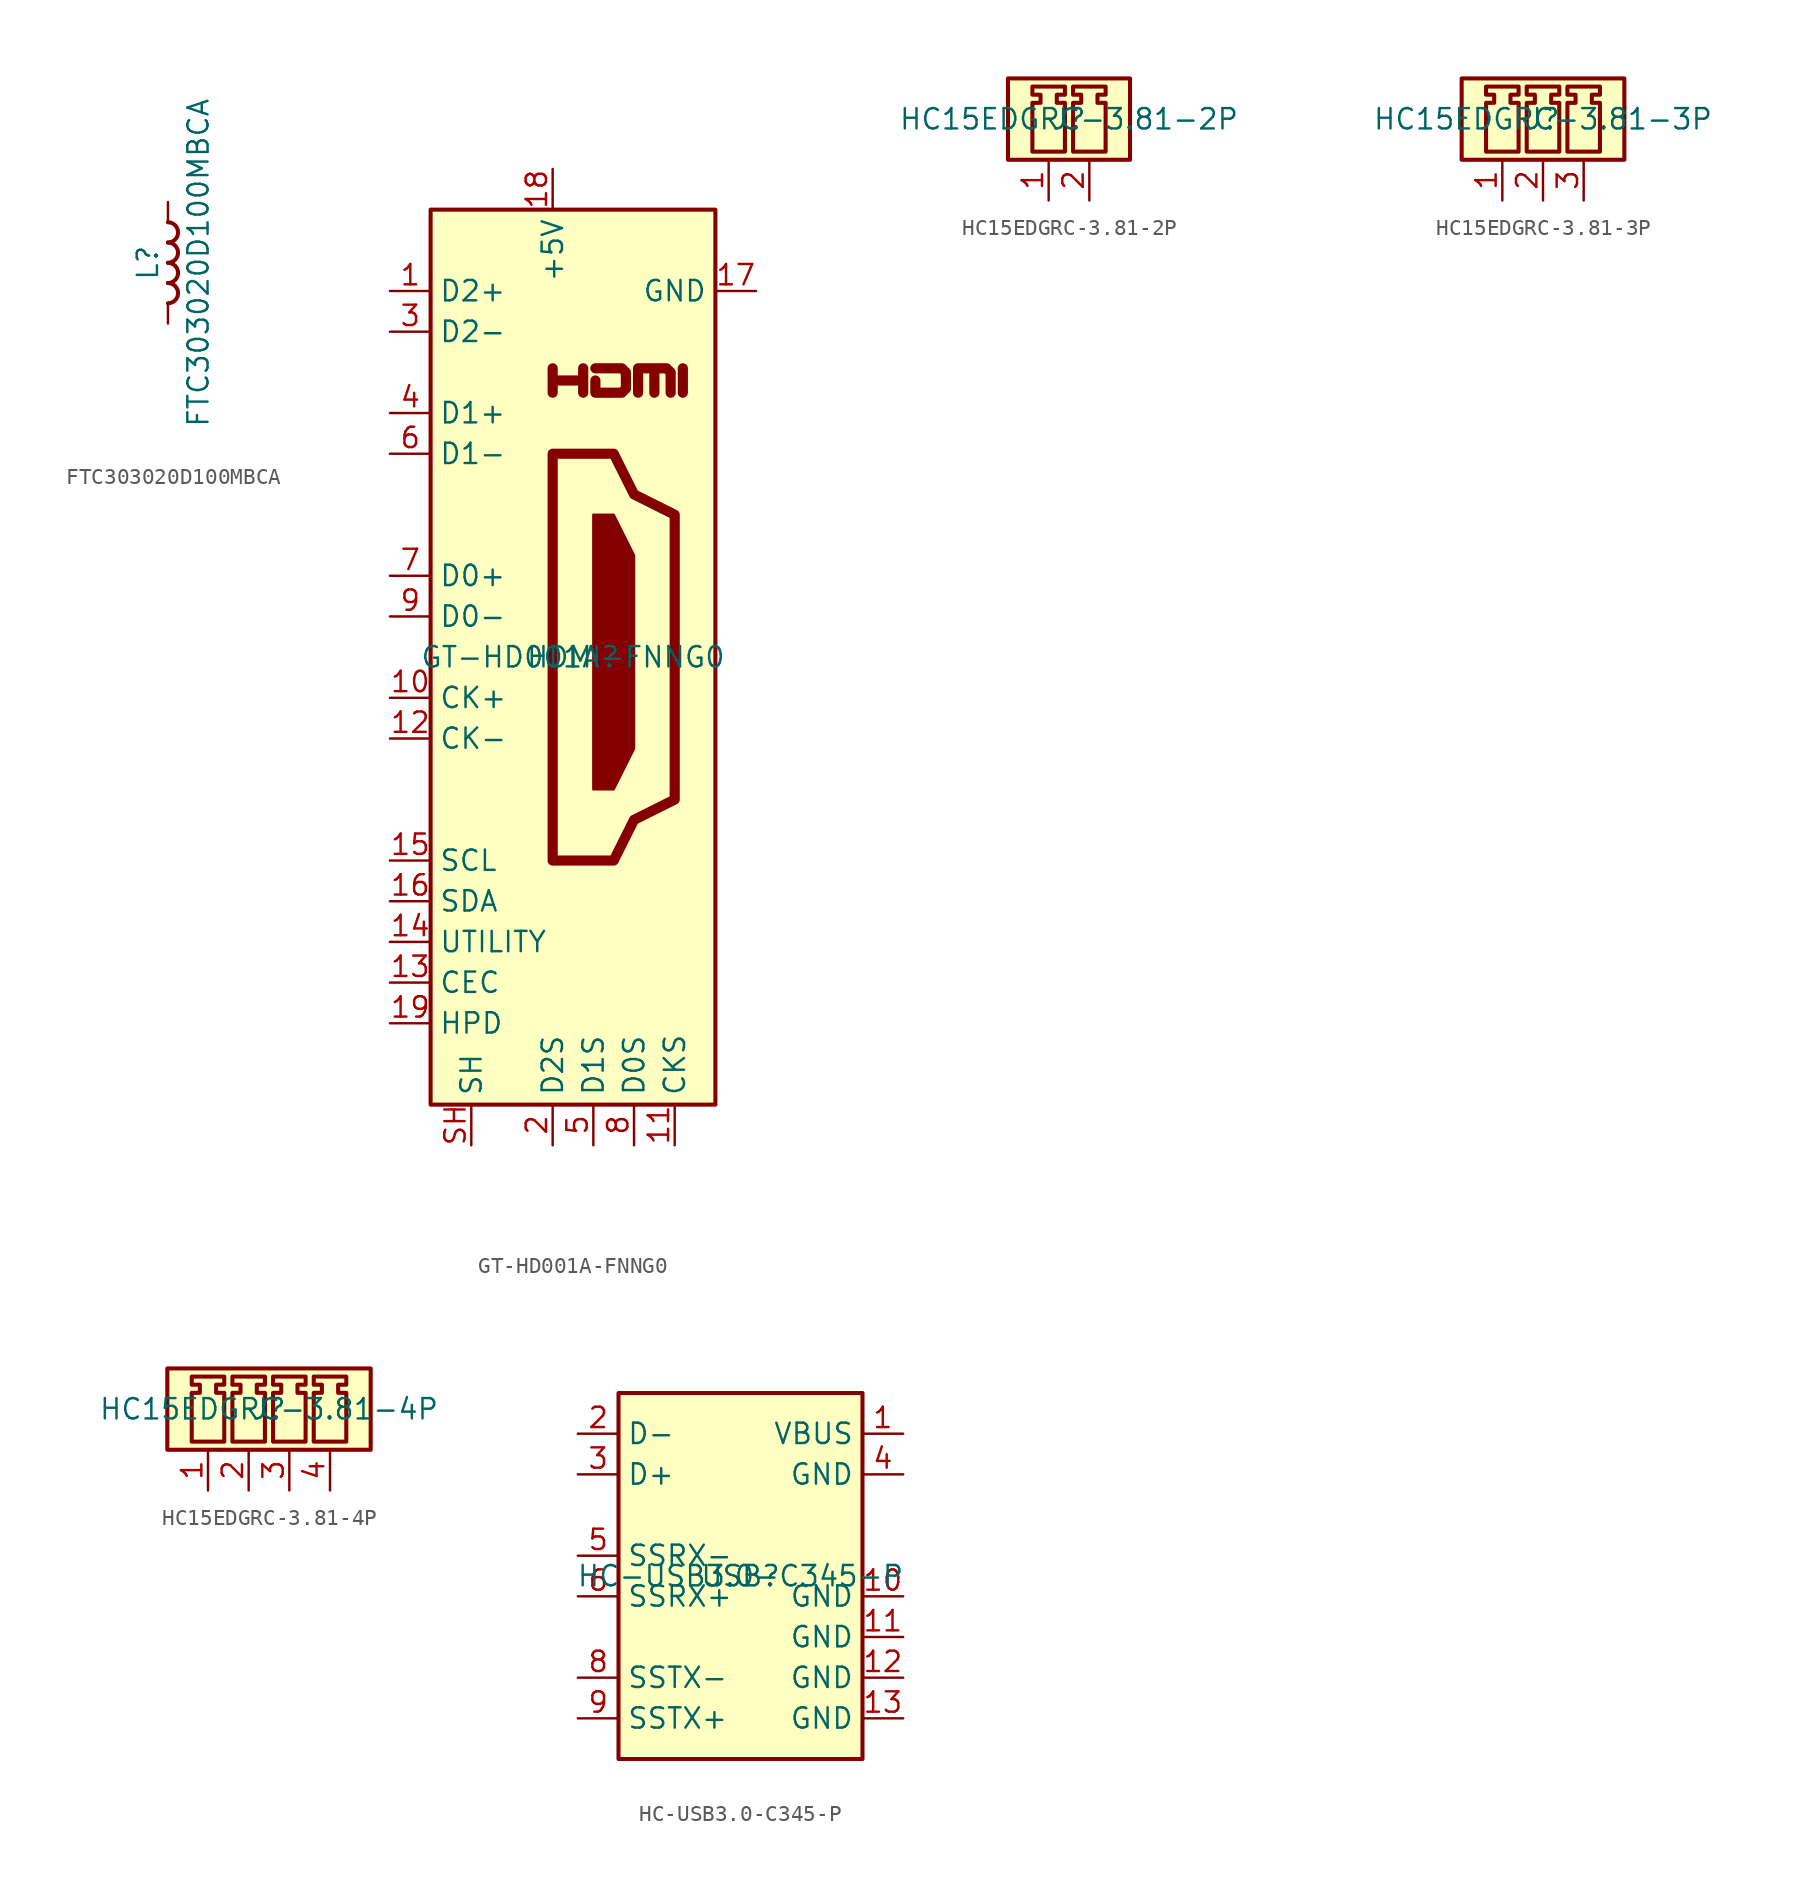
<source format=kicad_sym>
(kicad_symbol_lib
  (version 20241209)
  (generator "kicad_symbol_editor")
  (generator_version "9.0")
  (symbol "FTC303020D100MBCA"
    (pin_numbers
      (hide yes))
    (pin_names
      (offset 1.016)
      (hide yes))
    (property "Reference" "L"
      (at -1.27 0 90)
      (effects (font (size 1.27 1.27))))
    (property "Value" "FTC303020D100MBCA"
      (at 1.905 0 90)
      (effects (font (size 1.27 1.27))))
    (symbol "FTC303020D100MBCA_0_1"
      (arc (start 0 2.54) (mid 0.6323 1.905) (end 0 1.27) (stroke (width 0.254) (type default)) (fill (type none)))
      (arc (start 0 1.27) (mid 0.6323 0.635) (end 0 0) (stroke (width 0.254) (type default)) (fill (type none)))
      (arc (start 0 0) (mid 0.6323 -0.635) (end 0 -1.27) (stroke (width 0.254) (type default)) (fill (type none)))
      (arc (start 0 -1.27) (mid 0.6323 -1.905) (end 0 -2.54) (stroke (width 0.254) (type default)) (fill (type none))))
    (symbol "FTC303020D100MBCA_1_1"
      (pin passive line (at 0 3.81 270) (length 1.27) (name "1" (effects (font (size 1.27 1.27)))) (number "1" (effects (font (size 1.27 1.27)))))
      (pin passive line (at 0 -3.81 90) (length 1.27) (name "2" (effects (font (size 1.27 1.27)))) (number "2" (effects (font (size 1.27 1.27)))))))
  (symbol "GT-HD001A-FNNG0"
    (property "Reference" "HDMI"
      (at 0 0 0)
      (effects (font (size 1.27 1.27))))
    (property "Value" "GT-HD001A-FNNG0"
      (at 0 0 0)
      (effects (font (size 1.27 1.27))))
    (symbol "GT-HD001A-FNNG0_0_0"
      (polyline (pts (xy -1.27 16.51) (xy -1.27 18.034) (xy -1.27 17.272) (xy 0.635 17.272) (xy 0.635 18.034) (xy 0.635 16.51)) (stroke (width 0.635) (type default)) (fill (type none)))
      (polyline (pts (xy 1.397 18.034) (xy 3.048 18.034) (xy 3.302 17.78) (xy 3.302 16.764) (xy 3.048 16.51) (xy 1.397 16.51) (xy 1.397 17.272)) (stroke (width 0.635) (type default)) (fill (type none)))
      (polyline (pts (xy 6.858 16.51) (xy 6.858 18.034)) (stroke (width 0.635) (type default)) (fill (type none))))
    (symbol "GT-HD001A-FNNG0_0_1"
      (rectangle (start -8.89 27.94) (end 8.89 -27.94) (stroke (width 0.254) (type default)) (fill (type background)))
      (polyline (pts (xy -1.27 12.7) (xy -1.27 -12.7) (xy 2.54 -12.7) (xy 3.81 -10.16) (xy 6.35 -8.89) (xy 6.35 8.89) (xy 3.81 10.16) (xy 2.54 12.7) (xy -1.27 12.7)) (stroke (width 0.635) (type default)) (fill (type none)))
      (polyline (pts (xy 1.27 8.89) (xy 2.54 8.89) (xy 3.81 6.35) (xy 3.81 -5.715) (xy 2.54 -8.255) (xy 1.27 -8.255) (xy 1.27 8.89)) (stroke (width 0) (type default)) (fill (type outline)))
      (polyline (pts (xy 4.064 16.51) (xy 4.064 18.034) (xy 5.08 18.034) (xy 5.08 16.51) (xy 5.08 18.034) (xy 5.842 18.034) (xy 6.096 17.78) (xy 6.096 16.51)) (stroke (width 0.635) (type default)) (fill (type none))))
    (symbol "GT-HD001A-FNNG0_1_1"
      (pin passive line (at -11.43 22.86 0) (length 2.54) (name "D2+" (effects (font (size 1.27 1.27)))) (number "1" (effects (font (size 1.27 1.27)))))
      (pin passive line (at -11.43 20.32 0) (length 2.54) (name "D2-" (effects (font (size 1.27 1.27)))) (number "3" (effects (font (size 1.27 1.27)))))
      (pin passive line (at -11.43 15.24 0) (length 2.54) (name "D1+" (effects (font (size 1.27 1.27)))) (number "4" (effects (font (size 1.27 1.27)))))
      (pin passive line (at -11.43 12.7 0) (length 2.54) (name "D1-" (effects (font (size 1.27 1.27)))) (number "6" (effects (font (size 1.27 1.27)))))
      (pin passive line (at -11.43 5.08 0) (length 2.54) (name "D0+" (effects (font (size 1.27 1.27)))) (number "7" (effects (font (size 1.27 1.27)))))
      (pin passive line (at -11.43 2.54 0) (length 2.54) (name "D0-" (effects (font (size 1.27 1.27)))) (number "9" (effects (font (size 1.27 1.27)))))
      (pin passive line (at -11.43 -2.54 0) (length 2.54) (name "CK+" (effects (font (size 1.27 1.27)))) (number "10" (effects (font (size 1.27 1.27)))))
      (pin passive line (at -11.43 -5.08 0) (length 2.54) (name "CK-" (effects (font (size 1.27 1.27)))) (number "12" (effects (font (size 1.27 1.27)))))
      (pin passive line (at -11.43 -12.7 0) (length 2.54) (name "SCL" (effects (font (size 1.27 1.27)))) (number "15" (effects (font (size 1.27 1.27)))))
      (pin bidirectional line (at -11.43 -15.24 0) (length 2.54) (name "SDA" (effects (font (size 1.27 1.27)))) (number "16" (effects (font (size 1.27 1.27)))))
      (pin passive line (at -11.43 -17.78 0) (length 2.54) (name "UTILITY" (effects (font (size 1.27 1.27)))) (number "14" (effects (font (size 1.27 1.27)))))
      (pin bidirectional line (at -11.43 -20.32 0) (length 2.54) (name "CEC" (effects (font (size 1.27 1.27)))) (number "13" (effects (font (size 1.27 1.27)))))
      (pin passive line (at -11.43 -22.86 0) (length 2.54) (name "HPD" (effects (font (size 1.27 1.27)))) (number "19" (effects (font (size 1.27 1.27)))))
      (pin passive line (at -6.35 -30.48 90) (length 2.54) (name "SH" (effects (font (size 1.27 1.27)))) (number "SH" (effects (font (size 1.27 1.27)))))
      (pin power_in line (at -1.27 30.48 270) (length 2.54) (name "+5V" (effects (font (size 1.27 1.27)))) (number "18" (effects (font (size 1.27 1.27)))))
      (pin passive line (at -1.27 -30.48 90) (length 2.54) (name "D2S" (effects (font (size 1.27 1.27)))) (number "2" (effects (font (size 1.27 1.27)))))
      (pin passive line (at 1.27 -30.48 90) (length 2.54) (name "D1S" (effects (font (size 1.27 1.27)))) (number "5" (effects (font (size 1.27 1.27)))))
      (pin passive line (at 3.81 -30.48 90) (length 2.54) (name "D0S" (effects (font (size 1.27 1.27)))) (number "8" (effects (font (size 1.27 1.27)))))
      (pin passive line (at 6.35 -30.48 90) (length 2.54) (name "CKS" (effects (font (size 1.27 1.27)))) (number "11" (effects (font (size 1.27 1.27)))))
      (pin passive line (at 11.43 22.86 180) (length 2.54) (name "GND" (effects (font (size 1.27 1.27)))) (number "17" (effects (font (size 1.27 1.27)))))))
  (symbol "HC15EDGRC-3.81-2P"
    (property "Reference" "J"
      (at 0 0 0)
      (effects (font (size 1.27 1.27))))
    (property "Value" "HC15EDGRC-3.81-2P"
      (at 0 0 0)
      (effects (font (size 1.27 1.27))))
    (symbol "HC15EDGRC-3.81-2P_0_1"
      (rectangle (start -3.81 2.54) (end 3.81 -2.54) (stroke (width 0.254) (type default)) (fill (type background)))
      (polyline (pts (xy -0.254 -2.032) (xy -0.254 1.016) (xy -0.762 1.016) (xy -0.762 1.524) (xy -0.254 1.524) (xy -0.254 2.032) (xy -2.286 2.032) (xy -2.286 1.524) (xy -1.778 1.524) (xy -1.778 1.016) (xy -2.286 1.016) (xy -2.286 -2.032) (xy -0.254 -2.032)) (stroke (width 0.254) (type default)) (fill (type none)))
      (polyline (pts (xy 2.286 -2.032) (xy 2.286 1.016) (xy 1.778 1.016) (xy 1.778 1.524) (xy 2.286 1.524) (xy 2.286 2.032) (xy 0.254 2.032) (xy 0.254 1.524) (xy 0.762 1.524) (xy 0.762 1.016) (xy 0.254 1.016) (xy 0.254 -2.032) (xy 2.286 -2.032)) (stroke (width 0.254) (type default)) (fill (type none))))
    (symbol "HC15EDGRC-3.81-2P_1_1"
      (pin free line (at -1.27 -5.08 90) (length 2.54) (name "" (effects (font (size 1.27 1.27)))) (number "1" (effects (font (size 1.27 1.27)))))
      (pin free line (at 1.27 -5.08 90) (length 2.54) (name "" (effects (font (size 1.27 1.27)))) (number "2" (effects (font (size 1.27 1.27)))))))
  (symbol "HC15EDGRC-3.81-3P"
    (property "Reference" "J"
      (at 0 0 0)
      (effects (font (size 1.27 1.27))))
    (property "Value" "HC15EDGRC-3.81-3P"
      (at 0 0 0)
      (effects (font (size 1.27 1.27))))
    (symbol "HC15EDGRC-3.81-3P_0_1"
      (rectangle (start -5.08 2.54) (end 5.08 -2.54) (stroke (width 0.254) (type default)) (fill (type background)))
      (polyline (pts (xy -1.524 -2.032) (xy -1.524 1.016) (xy -2.032 1.016) (xy -2.032 1.524) (xy -1.524 1.524) (xy -1.524 2.032) (xy -3.556 2.032) (xy -3.556 1.524) (xy -3.048 1.524) (xy -3.048 1.016) (xy -3.556 1.016) (xy -3.556 -2.032) (xy -1.524 -2.032)) (stroke (width 0.254) (type default)) (fill (type none)))
      (polyline (pts (xy 1.016 -2.032) (xy 1.016 1.016) (xy 0.508 1.016) (xy 0.508 1.524) (xy 1.016 1.524) (xy 1.016 2.032) (xy -1.016 2.032) (xy -1.016 1.524) (xy -0.508 1.524) (xy -0.508 1.016) (xy -1.016 1.016) (xy -1.016 -2.032) (xy 1.016 -2.032)) (stroke (width 0.254) (type default)) (fill (type none)))
      (polyline (pts (xy 3.556 -2.032) (xy 3.556 1.016) (xy 3.048 1.016) (xy 3.048 1.524) (xy 3.556 1.524) (xy 3.556 2.032) (xy 1.524 2.032) (xy 1.524 1.524) (xy 2.032 1.524) (xy 2.032 1.016) (xy 1.524 1.016) (xy 1.524 -2.032) (xy 3.556 -2.032)) (stroke (width 0.254) (type default)) (fill (type none))))
    (symbol "HC15EDGRC-3.81-3P_1_1"
      (pin free line (at -2.54 -5.08 90) (length 2.54) (name "" (effects (font (size 1.27 1.27)))) (number "1" (effects (font (size 1.27 1.27)))))
      (pin free line (at 0 -5.08 90) (length 2.54) (name "" (effects (font (size 1.27 1.27)))) (number "2" (effects (font (size 1.27 1.27)))))
      (pin free line (at 2.54 -5.08 90) (length 2.54) (name "" (effects (font (size 1.27 1.27)))) (number "3" (effects (font (size 1.27 1.27)))))))
  (symbol "HC15EDGRC-3.81-4P"
    (property "Reference" "J"
      (at 0 0 0)
      (effects (font (size 1.27 1.27))))
    (property "Value" "HC15EDGRC-3.81-4P"
      (at 0 0 0)
      (effects (font (size 1.27 1.27))))
    (symbol "HC15EDGRC-3.81-4P_0_1"
      (rectangle (start -6.35 2.54) (end 6.35 -2.54) (stroke (width 0.254) (type default)) (fill (type background)))
      (polyline (pts (xy -2.794 -2.032) (xy -2.794 1.016) (xy -3.302 1.016) (xy -3.302 1.524) (xy -2.794 1.524) (xy -2.794 2.032) (xy -4.826 2.032) (xy -4.826 1.524) (xy -4.318 1.524) (xy -4.318 1.016) (xy -4.826 1.016) (xy -4.826 -2.032) (xy -2.794 -2.032)) (stroke (width 0.254) (type default)) (fill (type none)))
      (polyline (pts (xy -0.254 -2.032) (xy -0.254 1.016) (xy -0.762 1.016) (xy -0.762 1.524) (xy -0.254 1.524) (xy -0.254 2.032) (xy -2.286 2.032) (xy -2.286 1.524) (xy -1.778 1.524) (xy -1.778 1.016) (xy -2.286 1.016) (xy -2.286 -2.032) (xy -0.254 -2.032)) (stroke (width 0.254) (type default)) (fill (type none)))
      (polyline (pts (xy 2.286 -2.032) (xy 2.286 1.016) (xy 1.778 1.016) (xy 1.778 1.524) (xy 2.286 1.524) (xy 2.286 2.032) (xy 0.254 2.032) (xy 0.254 1.524) (xy 0.762 1.524) (xy 0.762 1.016) (xy 0.254 1.016) (xy 0.254 -2.032) (xy 2.286 -2.032)) (stroke (width 0.254) (type default)) (fill (type none)))
      (polyline (pts (xy 4.826 -2.032) (xy 4.826 1.016) (xy 4.318 1.016) (xy 4.318 1.524) (xy 4.826 1.524) (xy 4.826 2.032) (xy 2.794 2.032) (xy 2.794 1.524) (xy 3.302 1.524) (xy 3.302 1.016) (xy 2.794 1.016) (xy 2.794 -2.032) (xy 4.826 -2.032)) (stroke (width 0.254) (type default)) (fill (type none))))
    (symbol "HC15EDGRC-3.81-4P_1_1"
      (pin free line (at -3.81 -5.08 90) (length 2.54) (name "" (effects (font (size 1.27 1.27)))) (number "1" (effects (font (size 1.27 1.27)))))
      (pin free line (at -1.27 -5.08 90) (length 2.54) (name "" (effects (font (size 1.27 1.27)))) (number "2" (effects (font (size 1.27 1.27)))))
      (pin free line (at 1.27 -5.08 90) (length 2.54) (name "" (effects (font (size 1.27 1.27)))) (number "3" (effects (font (size 1.27 1.27)))))
      (pin free line (at 3.81 -5.08 90) (length 2.54) (name "" (effects (font (size 1.27 1.27)))) (number "4" (effects (font (size 1.27 1.27)))))))
  (symbol "HC-USB3.0-C345-P"
    (property "Reference" "USB"
      (at 0 0 0)
      (effects (font (size 1.27 1.27))))
    (property "Value" "HC-USB3.0-C345-P"
      (at 0 0 0)
      (effects (font (size 1.27 1.27))))
    (symbol "HC-USB3.0-C345-P_0_1"
      (rectangle (start -7.62 11.43) (end 7.62 -11.43) (stroke (width 0.254) (type default)) (fill (type background))))
    (symbol "HC-USB3.0-C345-P_1_1"
      (pin bidirectional line (at -10.16 8.89 0) (length 2.54) (name "D-" (effects (font (size 1.27 1.27)))) (number "2" (effects (font (size 1.27 1.27)))))
      (pin bidirectional line (at -10.16 6.35 0) (length 2.54) (name "D+" (effects (font (size 1.27 1.27)))) (number "3" (effects (font (size 1.27 1.27)))))
      (pin bidirectional line (at -10.16 1.27 0) (length 2.54) (name "SSRX-" (effects (font (size 1.27 1.27)))) (number "5" (effects (font (size 1.27 1.27)))))
      (pin bidirectional line (at -10.16 -1.27 0) (length 2.54) (name "SSRX+" (effects (font (size 1.27 1.27)))) (number "6" (effects (font (size 1.27 1.27)))))
      (pin bidirectional line (at -10.16 -6.35 0) (length 2.54) (name "SSTX-" (effects (font (size 1.27 1.27)))) (number "8" (effects (font (size 1.27 1.27)))))
      (pin bidirectional line (at -10.16 -8.89 0) (length 2.54) (name "SSTX+" (effects (font (size 1.27 1.27)))) (number "9" (effects (font (size 1.27 1.27)))))
      (pin input line (at 10.16 8.89 180) (length 2.54) (name "VBUS" (effects (font (size 1.27 1.27)))) (number "1" (effects (font (size 1.27 1.27)))))
      (pin passive line (at 10.16 6.35 180) (length 2.54) (name "GND" (effects (font (size 1.27 1.27)))) (number "4" (effects (font (size 1.27 1.27)))))
      (pin passive line (at 10.16 -1.27 180) (length 2.54) (name "GND" (effects (font (size 1.27 1.27)))) (number "10" (effects (font (size 1.27 1.27)))))
      (pin passive line (at 10.16 -3.81 180) (length 2.54) (name "GND" (effects (font (size 1.27 1.27)))) (number "11" (effects (font (size 1.27 1.27)))))
      (pin passive line (at 10.16 -6.35 180) (length 2.54) (name "GND" (effects (font (size 1.27 1.27)))) (number "12" (effects (font (size 1.27 1.27)))))
      (pin passive line (at 10.16 -8.89 180) (length 2.54) (name "GND" (effects (font (size 1.27 1.27)))) (number "13" (effects (font (size 1.27 1.27))))))))
</source>
